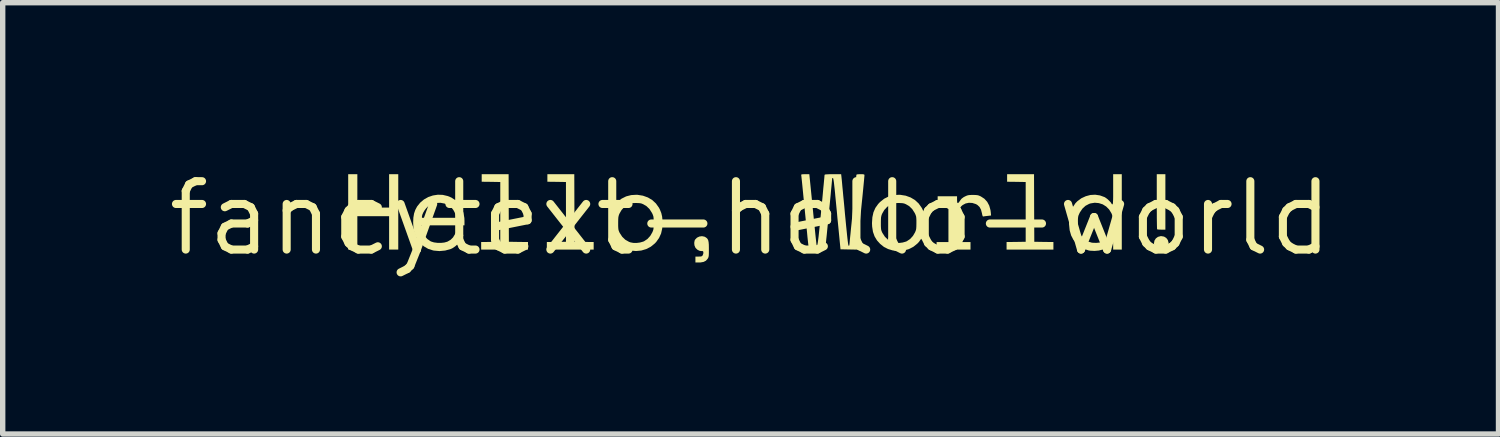
<source format=kicad_pcb>
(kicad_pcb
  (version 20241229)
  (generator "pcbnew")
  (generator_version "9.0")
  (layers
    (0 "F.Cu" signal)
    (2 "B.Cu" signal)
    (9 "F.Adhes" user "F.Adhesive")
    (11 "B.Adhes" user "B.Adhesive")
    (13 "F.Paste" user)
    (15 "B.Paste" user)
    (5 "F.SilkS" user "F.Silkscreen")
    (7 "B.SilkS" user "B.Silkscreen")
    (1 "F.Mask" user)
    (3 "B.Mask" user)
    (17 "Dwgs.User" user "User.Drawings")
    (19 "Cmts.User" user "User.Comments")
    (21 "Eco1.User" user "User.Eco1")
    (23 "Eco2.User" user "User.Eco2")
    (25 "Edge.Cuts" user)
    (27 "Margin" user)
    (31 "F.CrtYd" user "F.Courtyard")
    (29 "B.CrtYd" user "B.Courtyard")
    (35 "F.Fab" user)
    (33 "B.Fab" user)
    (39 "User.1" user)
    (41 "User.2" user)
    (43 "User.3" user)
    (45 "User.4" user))
  (footprint "fancytext-hello-world"
    (layer "F.Cu")
    (at 10.893 1.006)
    (property "Reference" "fancytext-hello-world" (at 0 0 0) (layer "F.SilkS") (effects (font (size 1.27 1.27) (thickness 0.15))))
    (attr board_only exclude_from_pos_files exclude_from_bom)
    (fp_poly (pts (xy 7.552 0.203) (xy 7.55 0.192) (xy 7.549 0.163) (xy 7.548 0.118) (xy 7.547 0.058) (xy 7.546 -0.014) (xy 7.546 -0.096) (xy 7.545 -0.187) (xy 7.545 -0.284) (xy 7.545 -0.312) (xy 7.545 -0.82) (xy 7.625 -0.82) (xy 7.705 -0.82) (xy 7.705 -0.305) (xy 7.705 0.21) (xy 7.632 0.21) (xy 7.595 0.209) (xy 7.567 0.207) (xy 7.552 0.204) (xy 7.552 0.203)) (stroke (width 0) (type solid)) (fill yes) (layer "F.SilkS"))
    (fp_poly (pts (xy -5.005 0.51) (xy -5.005 0.44) (xy -4.827 0.438) (xy -4.65 0.435) (xy -4.65 -0.12) (xy -4.65 -0.675) (xy -4.822 -0.678) (xy -4.995 -0.68) (xy -4.995 -0.75) (xy -4.995 -0.82) (xy -4.745 -0.82) (xy -4.495 -0.82) (xy -4.493 -0.193) (xy -4.49 0.435) (xy -4.312 0.438) (xy -4.135 0.44) (xy -4.135 0.51) (xy -4.135 0.58) (xy -4.57 0.58) (xy -5.005 0.58) (xy -5.005 0.51)) (stroke (width 0) (type solid)) (fill yes) (layer "F.SilkS"))
    (fp_poly (pts (xy -3.785 0.51) (xy -3.785 0.44) (xy -3.607 0.438) (xy -3.43 0.435) (xy -3.43 -0.12) (xy -3.43 -0.675) (xy -3.603 -0.678) (xy -3.775 -0.68) (xy -3.775 -0.75) (xy -3.775 -0.82) (xy -3.525 -0.82) (xy -3.275 -0.82) (xy -3.273 -0.193) (xy -3.27 0.435) (xy -3.092 0.438) (xy -2.915 0.44) (xy -2.915 0.51) (xy -2.915 0.58) (xy -3.35 0.58) (xy -3.785 0.58) (xy -3.785 0.51)) (stroke (width 0) (type solid)) (fill yes) (layer "F.SilkS"))
    (fp_poly (pts (xy 4.755 0.51) (xy 4.755 0.44) (xy 4.933 0.438) (xy 5.11 0.435) (xy 5.11 -0.12) (xy 5.11 -0.675) (xy 4.938 -0.678) (xy 4.765 -0.68) (xy 4.765 -0.75) (xy 4.765 -0.82) (xy 5.015 -0.82) (xy 5.265 -0.82) (xy 5.267 -0.193) (xy 5.27 0.435) (xy 5.447 0.438) (xy 5.625 0.44) (xy 5.625 0.51) (xy 5.625 0.58) (xy 5.19 0.58) (xy 4.755 0.58) (xy 4.755 0.51)) (stroke (width 0) (type solid)) (fill yes) (layer "F.SilkS"))
    (fp_poly (pts (xy 7.57 0.591) (xy 7.529 0.562) (xy 7.502 0.52) (xy 7.493 0.469) (xy 7.493 0.463) (xy 7.502 0.413) (xy 7.528 0.373) (xy 7.567 0.344) (xy 7.615 0.331) (xy 7.628 0.33) (xy 7.68 0.339) (xy 7.721 0.364) (xy 7.75 0.402) (xy 7.764 0.452) (xy 7.765 0.472) (xy 7.756 0.52) (xy 7.729 0.562) (xy 7.688 0.592) (xy 7.678 0.596) (xy 7.645 0.607) (xy 7.617 0.608) (xy 7.584 0.597) (xy 7.57 0.591)) (stroke (width 0) (type solid)) (fill yes) (layer "F.SilkS"))
    (fp_poly (pts (xy -7.475 -0.12) (xy -7.475 -0.82) (xy -7.39 -0.82) (xy -7.305 -0.82) (xy -7.305 -0.51) (xy -7.305 -0.2) (xy -7.01 -0.2) (xy -6.715 -0.2) (xy -6.715 -0.51) (xy -6.715 -0.82) (xy -6.63 -0.82) (xy -6.545 -0.82) (xy -6.545 -0.12) (xy -6.545 0.58) (xy -6.63 0.58) (xy -6.715 0.58) (xy -6.715 0.27) (xy -6.715 -0.04) (xy -7.01 -0.04) (xy -7.305 -0.04) (xy -7.305 0.27) (xy -7.305 0.58) (xy -7.39 0.58) (xy -7.475 0.58) (xy -7.475 -0.12)) (stroke (width 0) (type solid)) (fill yes) (layer "F.SilkS"))
    (fp_poly (pts (xy -1.025 0.765) (xy -1.025 0.71) (xy -0.965 0.71) (xy -0.93 0.709) (xy -0.91 0.705) (xy -0.896 0.695) (xy -0.89 0.686) (xy -0.879 0.657) (xy -0.877 0.633) (xy -0.882 0.613) (xy -0.896 0.607) (xy -0.907 0.608) (xy -0.945 0.604) (xy -0.985 0.585) (xy -1.017 0.555) (xy -1.026 0.543) (xy -1.043 0.502) (xy -1.047 0.456) (xy -1.04 0.413) (xy -1.03 0.394) (xy -0.996 0.359) (xy -0.952 0.338) (xy -0.904 0.331) (xy -0.857 0.34) (xy -0.838 0.35) (xy -0.815 0.366) (xy -0.799 0.384) (xy -0.787 0.409) (xy -0.78 0.443) (xy -0.776 0.489) (xy -0.775 0.55) (xy -0.775 0.573) (xy -0.775 0.63) (xy -0.776 0.671) (xy -0.778 0.7) (xy -0.783 0.721) (xy -0.789 0.736) (xy -0.798 0.751) (xy -0.83 0.787) (xy -0.873 0.809) (xy -0.928 0.819) (xy -0.958 0.82) (xy -1.025 0.82) (xy -1.025 0.765)) (stroke (width 0) (type solid)) (fill yes) (layer "F.SilkS"))
    (fp_poly (pts (xy 3.455 0.51) (xy 3.455 0.44) (xy 3.565 0.44) (xy 3.675 0.44) (xy 3.675 0.085) (xy 3.675 -0.27) (xy 3.575 -0.27) (xy 3.475 -0.27) (xy 3.475 -0.34) (xy 3.475 -0.41) (xy 3.655 -0.41) (xy 3.835 -0.41) (xy 3.835 -0.345) (xy 3.837 -0.305) (xy 3.843 -0.285) (xy 3.854 -0.284) (xy 3.872 -0.301) (xy 3.89 -0.328) (xy 3.918 -0.364) (xy 3.955 -0.392) (xy 3.979 -0.405) (xy 4.011 -0.42) (xy 4.038 -0.429) (xy 4.068 -0.433) (xy 4.107 -0.435) (xy 4.129 -0.435) (xy 4.176 -0.434) (xy 4.21 -0.431) (xy 4.239 -0.424) (xy 4.268 -0.411) (xy 4.277 -0.407) (xy 4.343 -0.364) (xy 4.395 -0.307) (xy 4.433 -0.236) (xy 4.456 -0.153) (xy 4.461 -0.117) (xy 4.467 -0.053) (xy 4.4 -0.045) (xy 4.363 -0.041) (xy 4.335 -0.037) (xy 4.32 -0.034) (xy 4.311 -0.04) (xy 4.303 -0.066) (xy 4.297 -0.096) (xy 4.28 -0.161) (xy 4.253 -0.211) (xy 4.214 -0.248) (xy 4.182 -0.266) (xy 4.118 -0.286) (xy 4.054 -0.289) (xy 3.993 -0.276) (xy 3.939 -0.247) (xy 3.913 -0.224) (xy 3.893 -0.197) (xy 3.872 -0.163) (xy 3.863 -0.145) (xy 3.856 -0.129) (xy 3.851 -0.113) (xy 3.847 -0.094) (xy 3.843 -0.071) (xy 3.841 -0.039) (xy 3.84 0.004) (xy 3.838 0.06) (xy 3.837 0.132) (xy 3.837 0.172) (xy 3.834 0.44) (xy 3.959 0.44) (xy 4.085 0.44) (xy 4.085 0.51) (xy 4.085 0.58) (xy 3.77 0.58) (xy 3.455 0.58) (xy 3.455 0.51)) (stroke (width 0) (type solid)) (fill yes) (layer "F.SilkS"))
    (fp_poly (pts (xy -5.719 -0.436) (xy -5.629 -0.415) (xy -5.56 -0.387) (xy -5.481 -0.335) (xy -5.417 -0.27) (xy -5.367 -0.192) (xy -5.334 -0.104) (xy -5.317 -0.006) (xy -5.315 0.047) (xy -5.315 0.13) (xy -6.118 0.13) (xy -6.111 0.172) (xy -6.09 0.255) (xy -6.055 0.326) (xy -6.006 0.383) (xy -5.946 0.425) (xy -5.933 0.431) (xy -5.881 0.447) (xy -5.818 0.455) (xy -5.751 0.456) (xy -5.688 0.449) (xy -5.635 0.434) (xy -5.63 0.432) (xy -5.572 0.398) (xy -5.528 0.355) (xy -5.499 0.307) (xy -5.484 0.281) (xy -5.473 0.264) (xy -5.469 0.26) (xy -5.458 0.262) (xy -5.432 0.268) (xy -5.4 0.276) (xy -5.363 0.287) (xy -5.343 0.298) (xy -5.337 0.314) (xy -5.344 0.339) (xy -5.362 0.378) (xy -5.362 0.378) (xy -5.394 0.427) (xy -5.438 0.476) (xy -5.488 0.521) (xy -5.539 0.555) (xy -5.569 0.569) (xy -5.673 0.598) (xy -5.779 0.608) (xy -5.883 0.599) (xy -5.901 0.595) (xy -5.989 0.567) (xy -6.068 0.521) (xy -6.125 0.471) (xy -6.179 0.408) (xy -6.219 0.34) (xy -6.247 0.266) (xy -6.263 0.18) (xy -6.268 0.081) (xy -6.268 0.07) (xy -6.264 -0.018) (xy -6.261 -0.033) (xy -6.105 -0.033) (xy -6.105 -0.01) (xy -5.475 -0.01) (xy -5.475 -0.037) (xy -5.482 -0.072) (xy -5.499 -0.114) (xy -5.522 -0.156) (xy -5.55 -0.192) (xy -5.556 -0.198) (xy -5.616 -0.244) (xy -5.686 -0.275) (xy -5.76 -0.289) (xy -5.836 -0.286) (xy -5.909 -0.268) (xy -5.977 -0.233) (xy -5.993 -0.221) (xy -6.025 -0.189) (xy -6.056 -0.149) (xy -6.082 -0.105) (xy -6.099 -0.064) (xy -6.105 -0.033) (xy -6.261 -0.033) (xy -6.251 -0.092) (xy -6.228 -0.158) (xy -6.195 -0.22) (xy -6.137 -0.292) (xy -6.067 -0.351) (xy -5.987 -0.396) (xy -5.901 -0.425) (xy -5.81 -0.439)) (stroke (width 0) (type solid)) (fill yes) (layer "F.SilkS"))
    (fp_poly (pts (xy -2.1 -0.437) (xy -2 -0.421) (xy -1.908 -0.388) (xy -1.827 -0.34) (xy -1.759 -0.277) (xy -1.704 -0.2) (xy -1.686 -0.166) (xy -1.659 -0.099) (xy -1.643 -0.03) (xy -1.636 0.048) (xy -1.635 0.085) (xy -1.642 0.19) (xy -1.663 0.282) (xy -1.7 0.363) (xy -1.752 0.437) (xy -1.779 0.466) (xy -1.854 0.527) (xy -1.939 0.571) (xy -2.031 0.598) (xy -2.128 0.607) (xy -2.228 0.598) (xy -2.243 0.595) (xy -2.329 0.569) (xy -2.403 0.531) (xy -2.471 0.477) (xy -2.532 0.41) (xy -2.577 0.335) (xy -2.607 0.251) (xy -2.622 0.155) (xy -2.625 0.09) (xy -2.46 0.09) (xy -2.46 0.143) (xy -2.458 0.181) (xy -2.455 0.209) (xy -2.449 0.231) (xy -2.44 0.253) (xy -2.432 0.27) (xy -2.385 0.342) (xy -2.328 0.397) (xy -2.259 0.436) (xy -2.232 0.446) (xy -2.18 0.456) (xy -2.118 0.457) (xy -2.055 0.449) (xy -1.998 0.433) (xy -1.98 0.426) (xy -1.917 0.384) (xy -1.864 0.326) (xy -1.826 0.261) (xy -1.815 0.235) (xy -1.807 0.211) (xy -1.803 0.184) (xy -1.801 0.149) (xy -1.8 0.101) (xy -1.8 0.085) (xy -1.8 0.033) (xy -1.802 -0.004) (xy -1.805 -0.032) (xy -1.812 -0.055) (xy -1.822 -0.081) (xy -1.833 -0.102) (xy -1.877 -0.171) (xy -1.933 -0.226) (xy -1.994 -0.262) (xy -2.022 -0.274) (xy -2.052 -0.281) (xy -2.09 -0.284) (xy -2.13 -0.285) (xy -2.177 -0.284) (xy -2.211 -0.281) (xy -2.24 -0.273) (xy -2.27 -0.261) (xy -2.277 -0.257) (xy -2.342 -0.214) (xy -2.397 -0.155) (xy -2.434 -0.091) (xy -2.445 -0.066) (xy -2.452 -0.042) (xy -2.457 -0.016) (xy -2.459 0.018) (xy -2.46 0.064) (xy -2.46 0.09) (xy -2.625 0.09) (xy -2.625 0.085) (xy -2.618 -0.02) (xy -2.598 -0.112) (xy -2.562 -0.194) (xy -2.511 -0.266) (xy -2.476 -0.303) (xy -2.398 -0.365) (xy -2.312 -0.408) (xy -2.219 -0.432) (xy -2.119 -0.438)) (stroke (width 0) (type solid)) (fill yes) (layer "F.SilkS"))
    (fp_poly (pts (xy 2.78 -0.437) (xy 2.881 -0.421) (xy 2.972 -0.388) (xy 3.053 -0.34) (xy 3.121 -0.277) (xy 3.176 -0.2) (xy 3.194 -0.166) (xy 3.221 -0.099) (xy 3.237 -0.03) (xy 3.244 0.048) (xy 3.245 0.085) (xy 3.238 0.19) (xy 3.217 0.282) (xy 3.18 0.363) (xy 3.128 0.437) (xy 3.101 0.466) (xy 3.026 0.527) (xy 2.941 0.571) (xy 2.849 0.598) (xy 2.752 0.607) (xy 2.652 0.598) (xy 2.637 0.595) (xy 2.551 0.569) (xy 2.477 0.531) (xy 2.409 0.477) (xy 2.348 0.41) (xy 2.303 0.335) (xy 2.273 0.251) (xy 2.258 0.155) (xy 2.255 0.09) (xy 2.42 0.09) (xy 2.42 0.143) (xy 2.422 0.181) (xy 2.425 0.209) (xy 2.431 0.231) (xy 2.44 0.253) (xy 2.448 0.27) (xy 2.495 0.342) (xy 2.552 0.397) (xy 2.621 0.436) (xy 2.648 0.446) (xy 2.7 0.456) (xy 2.762 0.457) (xy 2.825 0.449) (xy 2.882 0.433) (xy 2.9 0.426) (xy 2.963 0.384) (xy 3.016 0.326) (xy 3.054 0.261) (xy 3.065 0.235) (xy 3.073 0.211) (xy 3.077 0.184) (xy 3.079 0.149) (xy 3.08 0.101) (xy 3.08 0.085) (xy 3.08 0.033) (xy 3.078 -0.004) (xy 3.075 -0.032) (xy 3.068 -0.055) (xy 3.058 -0.081) (xy 3.047 -0.102) (xy 3.003 -0.171) (xy 2.947 -0.226) (xy 2.886 -0.262) (xy 2.858 -0.274) (xy 2.828 -0.281) (xy 2.79 -0.284) (xy 2.75 -0.285) (xy 2.703 -0.284) (xy 2.669 -0.281) (xy 2.64 -0.273) (xy 2.61 -0.261) (xy 2.603 -0.257) (xy 2.538 -0.214) (xy 2.483 -0.155) (xy 2.446 -0.091) (xy 2.435 -0.066) (xy 2.428 -0.042) (xy 2.423 -0.016) (xy 2.421 0.018) (xy 2.42 0.064) (xy 2.42 0.09) (xy 2.255 0.09) (xy 2.255 0.085) (xy 2.262 -0.02) (xy 2.282 -0.112) (xy 2.318 -0.194) (xy 2.369 -0.266) (xy 2.404 -0.303) (xy 2.482 -0.365) (xy 2.568 -0.408) (xy 2.661 -0.432) (xy 2.761 -0.438)) (stroke (width 0) (type solid)) (fill yes) (layer "F.SilkS"))
    (fp_poly (pts (xy 6.895 0.58) (xy 6.735 0.58) (xy 6.735 0.505) (xy 6.734 0.469) (xy 6.733 0.443) (xy 6.73 0.43) (xy 6.73 0.43) (xy 6.721 0.437) (xy 6.702 0.454) (xy 6.676 0.48) (xy 6.662 0.493) (xy 6.621 0.533) (xy 6.583 0.559) (xy 6.543 0.578) (xy 6.542 0.579) (xy 6.469 0.598) (xy 6.389 0.605) (xy 6.31 0.601) (xy 6.279 0.596) (xy 6.19 0.566) (xy 6.111 0.52) (xy 6.055 0.471) (xy 5.997 0.4) (xy 5.954 0.317) (xy 5.927 0.222) (xy 5.916 0.115) (xy 5.915 0.085) (xy 5.915 0.085) (xy 6.08 0.085) (xy 6.08 0.137) (xy 6.082 0.175) (xy 6.086 0.204) (xy 6.092 0.228) (xy 6.103 0.254) (xy 6.108 0.265) (xy 6.151 0.337) (xy 6.205 0.393) (xy 6.269 0.431) (xy 6.343 0.453) (xy 6.422 0.456) (xy 6.479 0.45) (xy 6.528 0.435) (xy 6.548 0.426) (xy 6.613 0.384) (xy 6.666 0.325) (xy 6.704 0.261) (xy 6.715 0.235) (xy 6.723 0.211) (xy 6.727 0.184) (xy 6.729 0.149) (xy 6.73 0.101) (xy 6.73 0.085) (xy 6.73 0.033) (xy 6.728 -0.005) (xy 6.724 -0.034) (xy 6.717 -0.059) (xy 6.707 -0.085) (xy 6.701 -0.098) (xy 6.659 -0.166) (xy 6.605 -0.22) (xy 6.541 -0.26) (xy 6.469 -0.283) (xy 6.394 -0.29) (xy 6.317 -0.278) (xy 6.289 -0.269) (xy 6.221 -0.233) (xy 6.164 -0.18) (xy 6.118 -0.112) (xy 6.112 -0.101) (xy 6.099 -0.072) (xy 6.089 -0.048) (xy 6.084 -0.024) (xy 6.081 0.006) (xy 6.08 0.047) (xy 6.08 0.085) (xy 5.915 0.085) (xy 5.923 -0.02) (xy 5.946 -0.118) (xy 5.983 -0.205) (xy 6.034 -0.281) (xy 6.071 -0.319) (xy 6.144 -0.373) (xy 6.226 -0.411) (xy 6.312 -0.434) (xy 6.401 -0.439) (xy 6.489 -0.426) (xy 6.572 -0.396) (xy 6.575 -0.395) (xy 6.602 -0.378) (xy 6.633 -0.354) (xy 6.662 -0.326) (xy 6.687 -0.3) (xy 6.702 -0.279) (xy 6.705 -0.27) (xy 6.713 -0.261) (xy 6.72 -0.26) (xy 6.724 -0.262) (xy 6.728 -0.27) (xy 6.731 -0.286) (xy 6.732 -0.312) (xy 6.734 -0.35) (xy 6.735 -0.401) (xy 6.735 -0.47) (xy 6.735 -0.54) (xy 6.735 -0.82) (xy 6.895 -0.82)) (stroke (width 0) (type solid)) (fill yes) (layer "F.SilkS"))
    (fp_poly (pts (xy 1.081 0.568) (xy 1.079 0.556) (xy 1.076 0.526) (xy 1.071 0.479) (xy 1.064 0.417) (xy 1.056 0.343) (xy 1.048 0.256) (xy 1.038 0.16) (xy 1.027 0.055) (xy 1.016 -0.056) (xy 1.01 -0.115) (xy 0.999 -0.229) (xy 0.988 -0.338) (xy 0.978 -0.439) (xy 0.969 -0.531) (xy 0.961 -0.612) (xy 0.954 -0.682) (xy 0.948 -0.737) (xy 0.944 -0.776) (xy 0.941 -0.798) (xy 0.941 -0.802) (xy 0.941 -0.811) (xy 0.949 -0.817) (xy 0.968 -0.819) (xy 1.003 -0.82) (xy 1.014 -0.82) (xy 1.091 -0.82) (xy 1.154 -0.193) (xy 1.165 -0.081) (xy 1.176 0.025) (xy 1.186 0.124) (xy 1.195 0.214) (xy 1.203 0.294) (xy 1.21 0.361) (xy 1.216 0.415) (xy 1.22 0.452) (xy 1.222 0.471) (xy 1.222 0.473) (xy 1.226 0.494) (xy 1.23 0.506) (xy 1.234 0.508) (xy 1.238 0.5) (xy 1.243 0.479) (xy 1.249 0.446) (xy 1.255 0.399) (xy 1.263 0.338) (xy 1.271 0.26) (xy 1.281 0.167) (xy 1.292 0.055) (xy 1.305 -0.075) (xy 1.312 -0.146) (xy 1.322 -0.258) (xy 1.333 -0.364) (xy 1.342 -0.463) (xy 1.35 -0.553) (xy 1.358 -0.632) (xy 1.364 -0.698) (xy 1.369 -0.75) (xy 1.372 -0.787) (xy 1.374 -0.805) (xy 1.374 -0.807) (xy 1.38 -0.813) (xy 1.397 -0.816) (xy 1.428 -0.818) (xy 1.475 -0.82) (xy 1.529 -0.82) (xy 1.682 -0.82) (xy 1.688 -0.767) (xy 1.69 -0.748) (xy 1.694 -0.711) (xy 1.699 -0.658) (xy 1.705 -0.59) (xy 1.713 -0.51) (xy 1.721 -0.42) (xy 1.731 -0.321) (xy 1.741 -0.216) (xy 1.751 -0.105) (xy 1.751 -0.102) (xy 1.764 0.03) (xy 1.775 0.144) (xy 1.785 0.24) (xy 1.793 0.32) (xy 1.8 0.384) (xy 1.806 0.433) (xy 1.811 0.47) (xy 1.816 0.494) (xy 1.819 0.507) (xy 1.822 0.51) (xy 1.834 0.502) (xy 1.835 0.497) (xy 1.836 0.486) (xy 1.839 0.456) (xy 1.843 0.409) (xy 1.849 0.348) (xy 1.857 0.273) (xy 1.865 0.187) (xy 1.875 0.092) (xy 1.885 -0.012) (xy 1.897 -0.121) (xy 1.9 -0.155) (xy 1.911 -0.266) (xy 1.922 -0.372) (xy 1.932 -0.47) (xy 1.941 -0.559) (xy 1.948 -0.637) (xy 1.955 -0.702) (xy 1.96 -0.753) (xy 1.963 -0.788) (xy 1.965 -0.806) (xy 1.965 -0.807) (xy 1.972 -0.815) (xy 1.995 -0.819) (xy 2.035 -0.82) (xy 2.04 -0.82) (xy 2.078 -0.82) (xy 2.101 -0.817) (xy 2.112 -0.813) (xy 2.115 -0.804) (xy 2.115 -0.799) (xy 2.114 -0.785) (xy 2.111 -0.753) (xy 2.107 -0.706) (xy 2.101 -0.645) (xy 2.094 -0.572) (xy 2.086 -0.489) (xy 2.077 -0.398) (xy 2.067 -0.302) (xy 2.057 -0.203) (xy 2.047 -0.102) (xy 2.037 -0.001) (xy 2.027 0.097) (xy 2.017 0.191) (xy 2.008 0.278) (xy 2 0.357) (xy 1.993 0.424) (xy 1.987 0.479) (xy 1.983 0.52) (xy 1.98 0.543) (xy 1.979 0.548) (xy 1.974 0.581) (xy 1.822 0.578) (xy 1.67 0.575) (xy 1.634 0.205) (xy 1.624 0.104) (xy 1.613 -0.005) (xy 1.603 -0.118) (xy 1.592 -0.229) (xy 1.582 -0.332) (xy 1.573 -0.423) (xy 1.57 -0.458) (xy 1.561 -0.547) (xy 1.553 -0.618) (xy 1.547 -0.672) (xy 1.541 -0.71) (xy 1.536 -0.735) (xy 1.531 -0.748) (xy 1.528 -0.75) (xy 1.516 -0.743) (xy 1.515 -0.738) (xy 1.514 -0.725) (xy 1.511 -0.694) (xy 1.507 -0.648) (xy 1.501 -0.587) (xy 1.494 -0.515) (xy 1.487 -0.434) (xy 1.478 -0.345) (xy 1.469 -0.251) (xy 1.459 -0.153) (xy 1.45 -0.054) (xy 1.44 0.044) (xy 1.431 0.139) (xy 1.422 0.229) (xy 1.414 0.312) (xy 1.406 0.385) (xy 1.4 0.448) (xy 1.395 0.497) (xy 1.391 0.531) (xy 1.39 0.547) (xy 1.389 0.547) (xy 1.384 0.58) (xy 1.234 0.58) (xy 1.172 0.58) (xy 1.127 0.578) (xy 1.099 0.575) (xy 1.084 0.571) (xy 1.081 0.568)) (stroke (width 0) (type solid)) (fill yes) (layer "F.SilkS")))
  (gr_rect
    (start -3 -3)
    (end 24.786 5.012)
    (stroke (width 0.1) (type default))
    (fill no)
    (layer "Edge.Cuts")))
</source>
